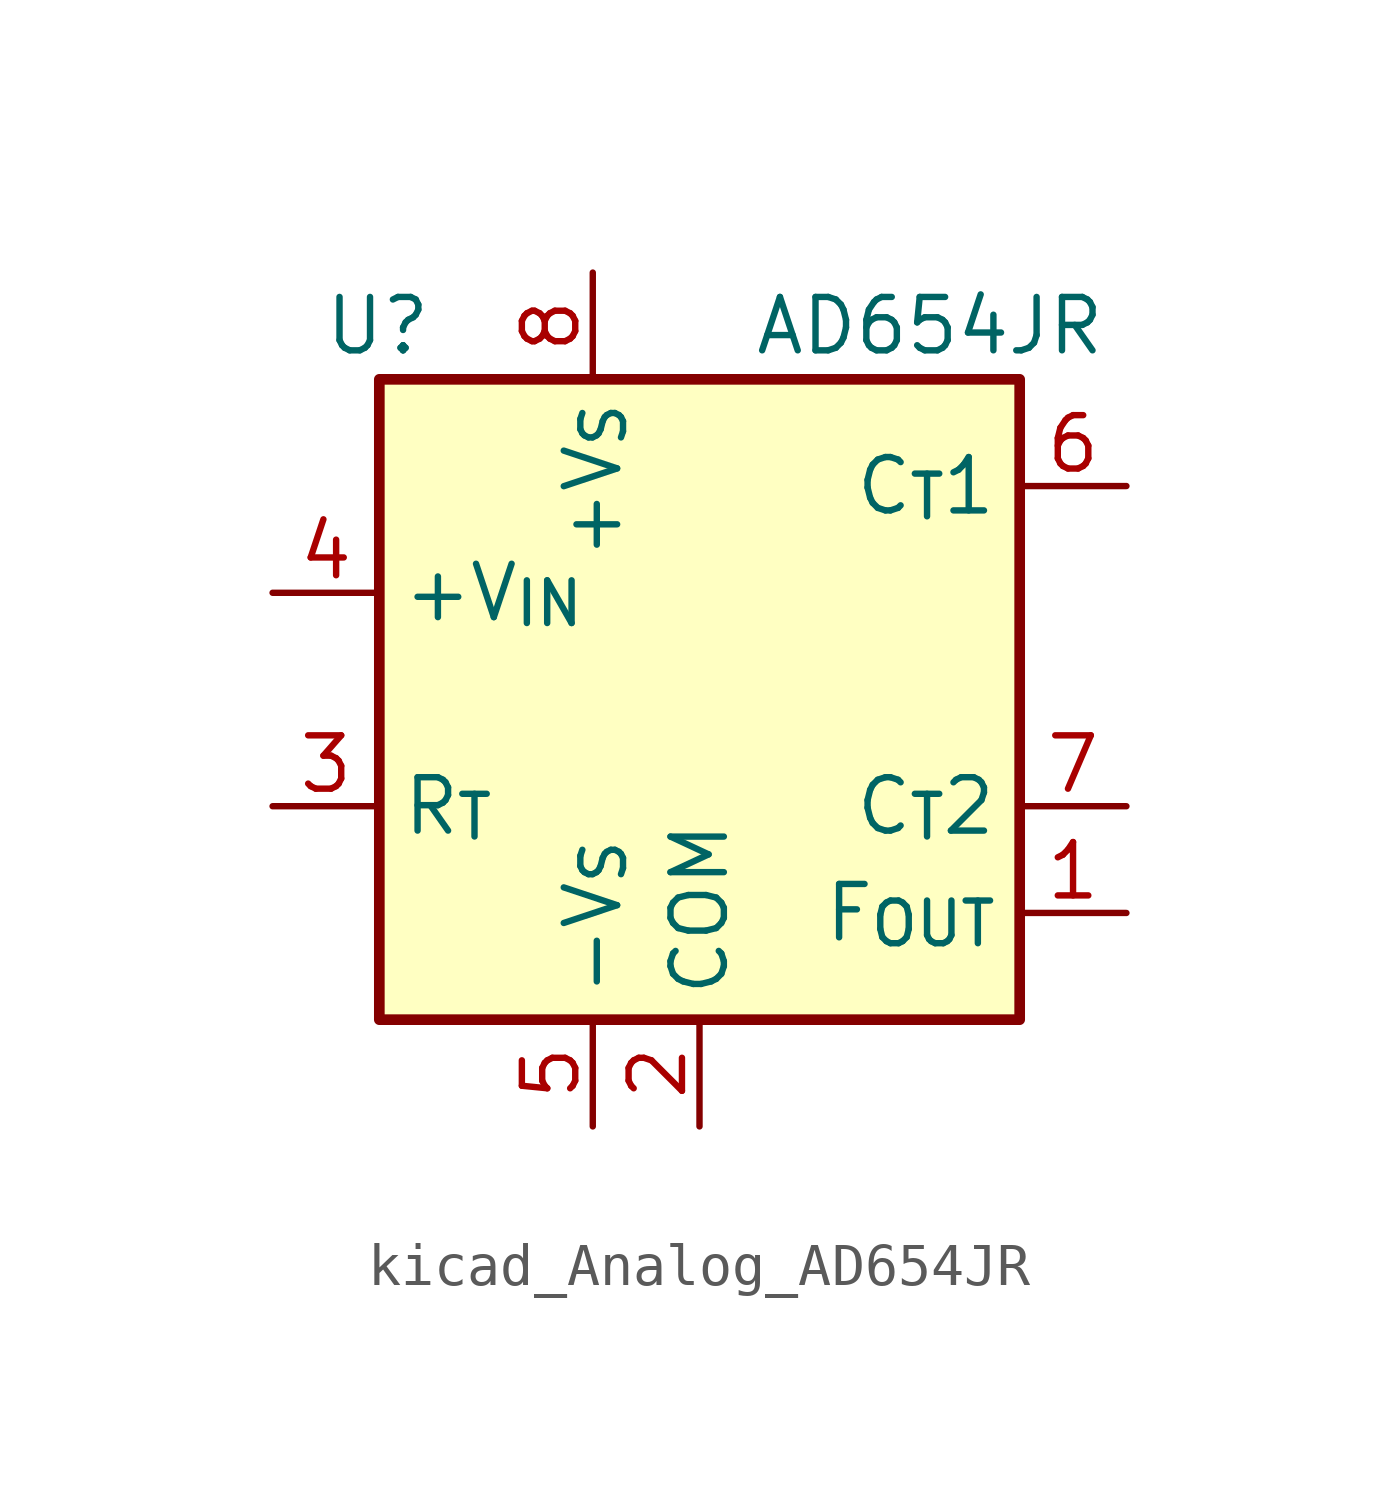
<source format=kicad_sym>
(kicad_symbol_lib
  (version 20220914)
  (generator kicad_symbol_editor)
  (symbol "kicad_Analog_AD654JR"
    (property "Reference" "U"
      (at -6.35 8.89 0)
      (effects (font (size 1.27 1.27)) (justify right)))
    (property "Value" "AD654JR"
      (at 1.27 8.89 0)
      (effects (font (size 1.27 1.27)) (justify left)))
    (symbol "kicad_Analog_AD654JR_0_1"
      (rectangle (start -7.62 7.62) (end 7.62 -7.62) (stroke (width 0.254) (type default)) (fill (type background))))
    (symbol "kicad_Analog_AD654JR_1_1"
      (pin open_collector line (at 10.16 -5.08 180) (length 2.54) (name "F_{OUT}" (effects (font (size 1.27 1.27)))) (number "1" (effects (font (size 1.27 1.27)))))
      (pin power_in line (at 0 -10.16 90) (length 2.54) (name "COM" (effects (font (size 1.27 1.27)))) (number "2" (effects (font (size 1.27 1.27)))))
      (pin input line (at -10.16 -2.54 0) (length 2.54) (name "R_{T}" (effects (font (size 1.27 1.27)))) (number "3" (effects (font (size 1.27 1.27)))))
      (pin input line (at -10.16 2.54 0) (length 2.54) (name "+V_{IN}" (effects (font (size 1.27 1.27)))) (number "4" (effects (font (size 1.27 1.27)))))
      (pin power_in line (at -2.54 -10.16 90) (length 2.54) (name "-V_{S}" (effects (font (size 1.27 1.27)))) (number "5" (effects (font (size 1.27 1.27)))))
      (pin passive line (at 10.16 5.08 180) (length 2.54) (name "C_{T}1" (effects (font (size 1.27 1.27)))) (number "6" (effects (font (size 1.27 1.27)))))
      (pin passive line (at 10.16 -2.54 180) (length 2.54) (name "C_{T}2" (effects (font (size 1.27 1.27)))) (number "7" (effects (font (size 1.27 1.27)))))
      (pin power_in line (at -2.54 10.16 270) (length 2.54) (name "+V_{S}" (effects (font (size 1.27 1.27)))) (number "8" (effects (font (size 1.27 1.27))))))))
</source>
